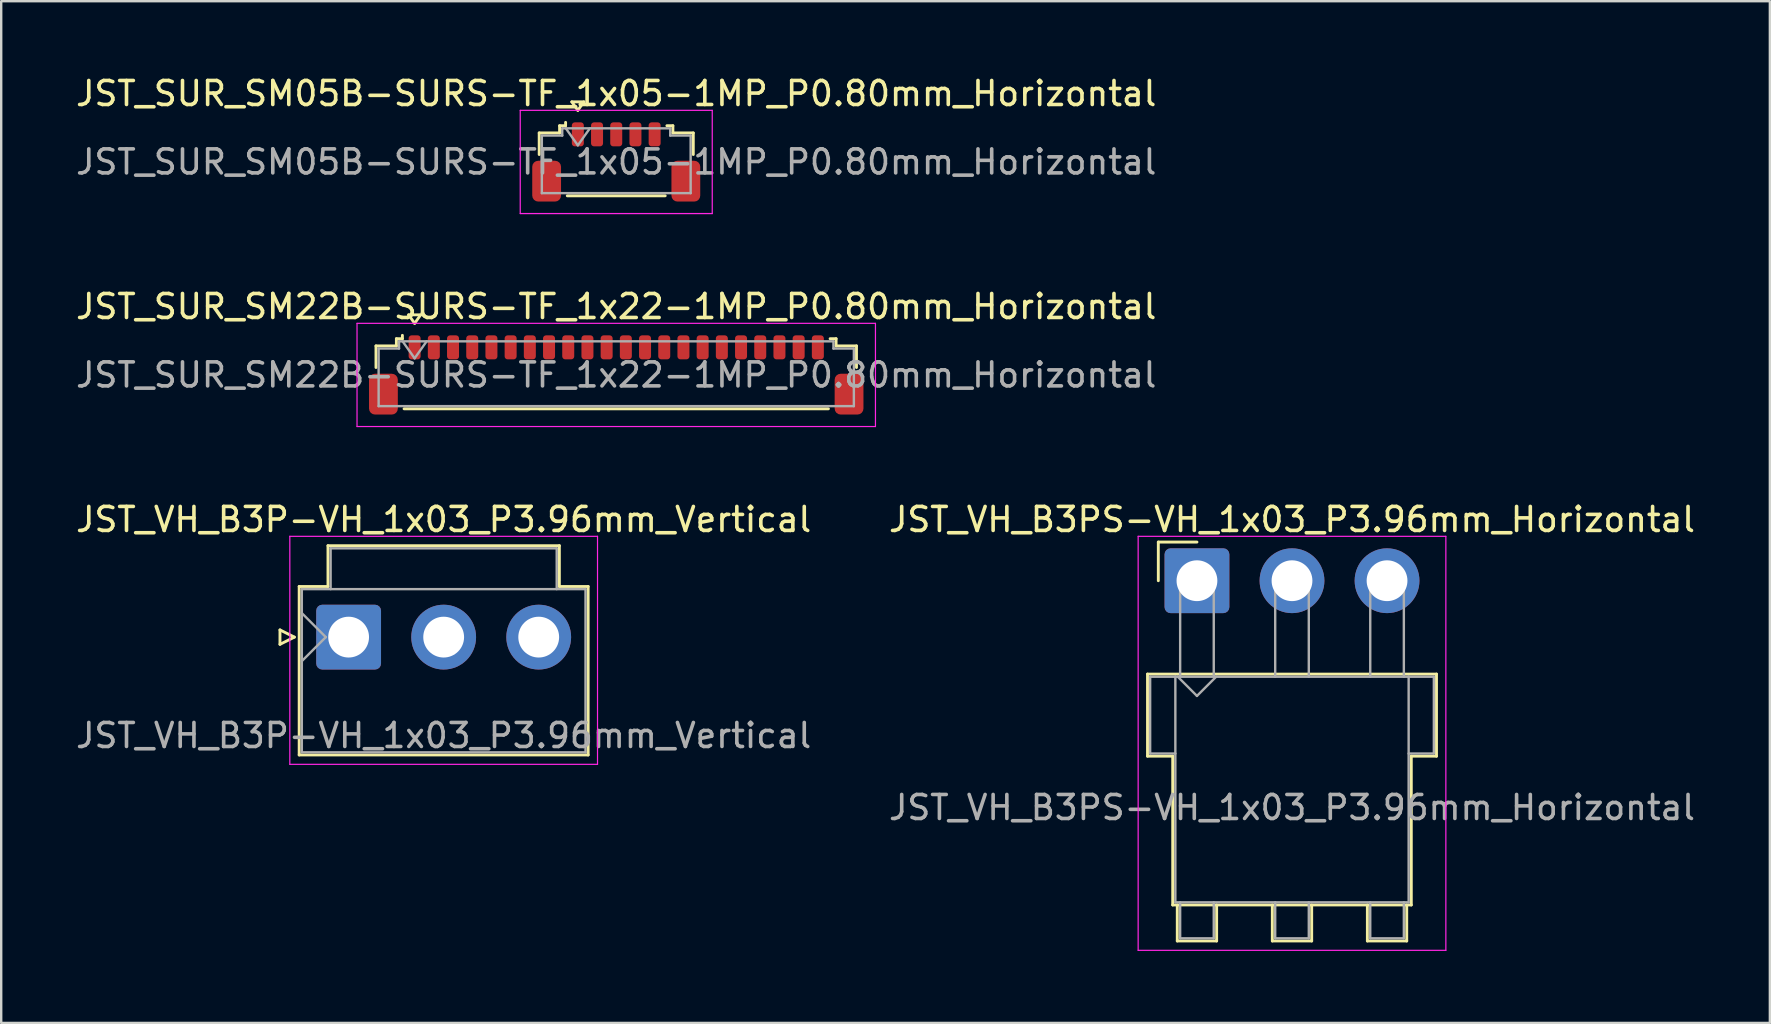
<source format=kicad_pcb>
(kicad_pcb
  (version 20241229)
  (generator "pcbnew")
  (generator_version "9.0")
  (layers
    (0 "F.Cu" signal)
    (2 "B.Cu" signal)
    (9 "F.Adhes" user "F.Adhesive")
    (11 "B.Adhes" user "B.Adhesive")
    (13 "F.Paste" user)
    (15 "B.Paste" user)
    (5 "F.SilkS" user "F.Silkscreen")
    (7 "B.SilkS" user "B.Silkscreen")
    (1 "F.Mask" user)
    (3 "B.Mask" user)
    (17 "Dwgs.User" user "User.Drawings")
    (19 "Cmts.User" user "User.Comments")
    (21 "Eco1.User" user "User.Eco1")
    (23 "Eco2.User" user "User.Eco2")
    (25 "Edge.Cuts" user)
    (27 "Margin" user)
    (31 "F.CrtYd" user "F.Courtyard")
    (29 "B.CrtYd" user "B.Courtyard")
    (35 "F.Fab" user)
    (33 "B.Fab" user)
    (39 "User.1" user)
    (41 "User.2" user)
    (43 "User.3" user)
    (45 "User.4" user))
  (footprint "JST_SUR_SM22B-SURS-TF_1x22-1MP_P0.80mm_Horizontal"
    (layer "F.Cu")
    (at 22.625 12.572)
    (property "Reference" "JST_SUR_SM22B-SURS-TF_1x22-1MP_P0.80mm_Horizontal" (at 0 -2.85 0) (layer "F.SilkS") (effects (font (size 1 1) (thickness 0.15))))
    (attr smd)
    (fp_line (start -10.01 -1.21) (end -9.16 -1.21) (stroke (width 0.12) (type solid)) (layer "F.SilkS"))
    (fp_line (start -10.01 -0.31) (end -10.01 -1.21) (stroke (width 0.12) (type solid)) (layer "F.SilkS"))
    (fp_line (start -9.16 -1.51) (end -8.91 -1.51) (stroke (width 0.12) (type solid)) (layer "F.SilkS"))
    (fp_line (start -9.16 -1.21) (end -9.16 -1.51) (stroke (width 0.12) (type solid)) (layer "F.SilkS"))
    (fp_line (start -8.91 -1.51) (end -8.91 -1.65) (stroke (width 0.12) (type solid)) (layer "F.SilkS"))
    (fp_line (start -8.84 1.41) (end 8.84 1.41) (stroke (width 0.12) (type solid)) (layer "F.SilkS"))
    (fp_line (start -8.65 -2.504) (end -8.4 -2.15) (stroke (width 0.12) (type solid)) (layer "F.SilkS"))
    (fp_line (start -8.4 -2.15) (end -8.15 -2.504) (stroke (width 0.12) (type solid)) (layer "F.SilkS"))
    (fp_line (start -8.15 -2.504) (end -8.65 -2.504) (stroke (width 0.12) (type solid)) (layer "F.SilkS"))
    (fp_line (start 9.16 -1.51) (end 8.91 -1.51) (stroke (width 0.12) (type solid)) (layer "F.SilkS"))
    (fp_line (start 9.16 -1.21) (end 9.16 -1.51) (stroke (width 0.12) (type solid)) (layer "F.SilkS"))
    (fp_line (start 10.01 -1.21) (end 9.16 -1.21) (stroke (width 0.12) (type solid)) (layer "F.SilkS"))
    (fp_line (start 10.01 -0.31) (end 10.01 -1.21) (stroke (width 0.12) (type solid)) (layer "F.SilkS"))
    (fp_line (start -10.8 -2.15) (end -10.8 2.15) (stroke (width 0.05) (type solid)) (layer "F.CrtYd"))
    (fp_line (start -10.8 2.15) (end 10.8 2.15) (stroke (width 0.05) (type solid)) (layer "F.CrtYd"))
    (fp_line (start 10.8 -2.15) (end -10.8 -2.15) (stroke (width 0.05) (type solid)) (layer "F.CrtYd"))
    (fp_line (start 10.8 2.15) (end 10.8 -2.15) (stroke (width 0.05) (type solid)) (layer "F.CrtYd"))
    (fp_line (start -9.9 -1.1) (end -9.9 1.3) (stroke (width 0.1) (type solid)) (layer "F.Fab"))
    (fp_line (start -9.9 -1.1) (end -9.05 -1.1) (stroke (width 0.1) (type solid)) (layer "F.Fab"))
    (fp_line (start -9.9 1.3) (end 9.9 1.3) (stroke (width 0.1) (type solid)) (layer "F.Fab"))
    (fp_line (start -9.05 -1.4) (end 9.05 -1.4) (stroke (width 0.1) (type solid)) (layer "F.Fab"))
    (fp_line (start -9.05 -1.1) (end -9.05 -1.4) (stroke (width 0.1) (type solid)) (layer "F.Fab"))
    (fp_line (start -8.9 -1.4) (end -8.4 -0.693) (stroke (width 0.1) (type solid)) (layer "F.Fab"))
    (fp_line (start -8.4 -0.693) (end -7.9 -1.4) (stroke (width 0.1) (type solid)) (layer "F.Fab"))
    (fp_line (start 9.05 -1.4) (end 9.05 -1.1) (stroke (width 0.1) (type solid)) (layer "F.Fab"))
    (fp_line (start 9.05 -1.1) (end 9.9 -1.1) (stroke (width 0.1) (type solid)) (layer "F.Fab"))
    (fp_line (start 9.9 -1.1) (end 9.9 1.3) (stroke (width 0.1) (type solid)) (layer "F.Fab"))
    (fp_text user "${REFERENCE}" (at 0 0 0) (layer "F.Fab") (effects (font (size 1 1) (thickness 0.15))))
    (pad "1" smd roundrect (at -8.4 -1.15) (size 0.5 1) (layers "F.Cu" "F.Mask" "F.Paste") (roundrect_rratio 0.25))
    (pad "2" smd roundrect (at -7.6 -1.15) (size 0.5 1) (layers "F.Cu" "F.Mask" "F.Paste") (roundrect_rratio 0.25))
    (pad "3" smd roundrect (at -6.8 -1.15) (size 0.5 1) (layers "F.Cu" "F.Mask" "F.Paste") (roundrect_rratio 0.25))
    (pad "4" smd roundrect (at -6 -1.15) (size 0.5 1) (layers "F.Cu" "F.Mask" "F.Paste") (roundrect_rratio 0.25))
    (pad "5" smd roundrect (at -5.2 -1.15) (size 0.5 1) (layers "F.Cu" "F.Mask" "F.Paste") (roundrect_rratio 0.25))
    (pad "6" smd roundrect (at -4.4 -1.15) (size 0.5 1) (layers "F.Cu" "F.Mask" "F.Paste") (roundrect_rratio 0.25))
    (pad "7" smd roundrect (at -3.6 -1.15) (size 0.5 1) (layers "F.Cu" "F.Mask" "F.Paste") (roundrect_rratio 0.25))
    (pad "8" smd roundrect (at -2.8 -1.15) (size 0.5 1) (layers "F.Cu" "F.Mask" "F.Paste") (roundrect_rratio 0.25))
    (pad "9" smd roundrect (at -2 -1.15) (size 0.5 1) (layers "F.Cu" "F.Mask" "F.Paste") (roundrect_rratio 0.25))
    (pad "10" smd roundrect (at -1.2 -1.15) (size 0.5 1) (layers "F.Cu" "F.Mask" "F.Paste") (roundrect_rratio 0.25))
    (pad "11" smd roundrect (at -0.4 -1.15) (size 0.5 1) (layers "F.Cu" "F.Mask" "F.Paste") (roundrect_rratio 0.25))
    (pad "12" smd roundrect (at 0.4 -1.15) (size 0.5 1) (layers "F.Cu" "F.Mask" "F.Paste") (roundrect_rratio 0.25))
    (pad "13" smd roundrect (at 1.2 -1.15) (size 0.5 1) (layers "F.Cu" "F.Mask" "F.Paste") (roundrect_rratio 0.25))
    (pad "14" smd roundrect (at 2 -1.15) (size 0.5 1) (layers "F.Cu" "F.Mask" "F.Paste") (roundrect_rratio 0.25))
    (pad "15" smd roundrect (at 2.8 -1.15) (size 0.5 1) (layers "F.Cu" "F.Mask" "F.Paste") (roundrect_rratio 0.25))
    (pad "16" smd roundrect (at 3.6 -1.15) (size 0.5 1) (layers "F.Cu" "F.Mask" "F.Paste") (roundrect_rratio 0.25))
    (pad "17" smd roundrect (at 4.4 -1.15) (size 0.5 1) (layers "F.Cu" "F.Mask" "F.Paste") (roundrect_rratio 0.25))
    (pad "18" smd roundrect (at 5.2 -1.15) (size 0.5 1) (layers "F.Cu" "F.Mask" "F.Paste") (roundrect_rratio 0.25))
    (pad "19" smd roundrect (at 6 -1.15) (size 0.5 1) (layers "F.Cu" "F.Mask" "F.Paste") (roundrect_rratio 0.25))
    (pad "20" smd roundrect (at 6.8 -1.15) (size 0.5 1) (layers "F.Cu" "F.Mask" "F.Paste") (roundrect_rratio 0.25))
    (pad "21" smd roundrect (at 7.6 -1.15) (size 0.5 1) (layers "F.Cu" "F.Mask" "F.Paste") (roundrect_rratio 0.25))
    (pad "22" smd roundrect (at 8.4 -1.15) (size 0.5 1) (layers "F.Cu" "F.Mask" "F.Paste") (roundrect_rratio 0.25))
    (pad "MP" smd roundrect (at -9.7 0.8) (size 1.2 1.7) (layers "F.Cu" "F.Mask" "F.Paste") (roundrect_rratio 0.208))
    (pad "MP" smd roundrect (at 9.7 0.8) (size 1.2 1.7) (layers "F.Cu" "F.Mask" "F.Paste") (roundrect_rratio 0.208)))
  (footprint "JST_SUR_SM05B-SURS-TF_1x05-1MP_P0.80mm_Horizontal"
    (layer "F.Cu")
    (at 22.625 3.698)
    (property "Reference" "JST_SUR_SM05B-SURS-TF_1x05-1MP_P0.80mm_Horizontal" (at 0 -2.85 0) (layer "F.SilkS") (effects (font (size 1 1) (thickness 0.15))))
    (attr smd)
    (fp_line (start -3.21 -1.21) (end -2.36 -1.21) (stroke (width 0.12) (type solid)) (layer "F.SilkS"))
    (fp_line (start -3.21 -0.31) (end -3.21 -1.21) (stroke (width 0.12) (type solid)) (layer "F.SilkS"))
    (fp_line (start -2.36 -1.51) (end -2.11 -1.51) (stroke (width 0.12) (type solid)) (layer "F.SilkS"))
    (fp_line (start -2.36 -1.21) (end -2.36 -1.51) (stroke (width 0.12) (type solid)) (layer "F.SilkS"))
    (fp_line (start -2.11 -1.51) (end -2.11 -1.65) (stroke (width 0.12) (type solid)) (layer "F.SilkS"))
    (fp_line (start -2.04 1.41) (end 2.04 1.41) (stroke (width 0.12) (type solid)) (layer "F.SilkS"))
    (fp_line (start -1.85 -2.504) (end -1.6 -2.15) (stroke (width 0.12) (type solid)) (layer "F.SilkS"))
    (fp_line (start -1.6 -2.15) (end -1.35 -2.504) (stroke (width 0.12) (type solid)) (layer "F.SilkS"))
    (fp_line (start -1.35 -2.504) (end -1.85 -2.504) (stroke (width 0.12) (type solid)) (layer "F.SilkS"))
    (fp_line (start 2.36 -1.51) (end 2.11 -1.51) (stroke (width 0.12) (type solid)) (layer "F.SilkS"))
    (fp_line (start 2.36 -1.21) (end 2.36 -1.51) (stroke (width 0.12) (type solid)) (layer "F.SilkS"))
    (fp_line (start 3.21 -1.21) (end 2.36 -1.21) (stroke (width 0.12) (type solid)) (layer "F.SilkS"))
    (fp_line (start 3.21 -0.31) (end 3.21 -1.21) (stroke (width 0.12) (type solid)) (layer "F.SilkS"))
    (fp_line (start -4 -2.15) (end -4 2.15) (stroke (width 0.05) (type solid)) (layer "F.CrtYd"))
    (fp_line (start -4 2.15) (end 4 2.15) (stroke (width 0.05) (type solid)) (layer "F.CrtYd"))
    (fp_line (start 4 -2.15) (end -4 -2.15) (stroke (width 0.05) (type solid)) (layer "F.CrtYd"))
    (fp_line (start 4 2.15) (end 4 -2.15) (stroke (width 0.05) (type solid)) (layer "F.CrtYd"))
    (fp_line (start -3.1 -1.1) (end -3.1 1.3) (stroke (width 0.1) (type solid)) (layer "F.Fab"))
    (fp_line (start -3.1 -1.1) (end -2.25 -1.1) (stroke (width 0.1) (type solid)) (layer "F.Fab"))
    (fp_line (start -3.1 1.3) (end 3.1 1.3) (stroke (width 0.1) (type solid)) (layer "F.Fab"))
    (fp_line (start -2.25 -1.4) (end 2.25 -1.4) (stroke (width 0.1) (type solid)) (layer "F.Fab"))
    (fp_line (start -2.25 -1.1) (end -2.25 -1.4) (stroke (width 0.1) (type solid)) (layer "F.Fab"))
    (fp_line (start -2.1 -1.4) (end -1.6 -0.693) (stroke (width 0.1) (type solid)) (layer "F.Fab"))
    (fp_line (start -1.6 -0.693) (end -1.1 -1.4) (stroke (width 0.1) (type solid)) (layer "F.Fab"))
    (fp_line (start 2.25 -1.4) (end 2.25 -1.1) (stroke (width 0.1) (type solid)) (layer "F.Fab"))
    (fp_line (start 2.25 -1.1) (end 3.1 -1.1) (stroke (width 0.1) (type solid)) (layer "F.Fab"))
    (fp_line (start 3.1 -1.1) (end 3.1 1.3) (stroke (width 0.1) (type solid)) (layer "F.Fab"))
    (fp_text user "${REFERENCE}" (at 0 0 0) (layer "F.Fab") (effects (font (size 1 1) (thickness 0.15))))
    (pad "1" smd roundrect (at -1.6 -1.15) (size 0.5 1) (layers "F.Cu" "F.Mask" "F.Paste") (roundrect_rratio 0.25))
    (pad "2" smd roundrect (at -0.8 -1.15) (size 0.5 1) (layers "F.Cu" "F.Mask" "F.Paste") (roundrect_rratio 0.25))
    (pad "3" smd roundrect (at 0 -1.15) (size 0.5 1) (layers "F.Cu" "F.Mask" "F.Paste") (roundrect_rratio 0.25))
    (pad "4" smd roundrect (at 0.8 -1.15) (size 0.5 1) (layers "F.Cu" "F.Mask" "F.Paste") (roundrect_rratio 0.25))
    (pad "5" smd roundrect (at 1.6 -1.15) (size 0.5 1) (layers "F.Cu" "F.Mask" "F.Paste") (roundrect_rratio 0.25))
    (pad "MP" smd roundrect (at -2.9 0.8) (size 1.2 1.7) (layers "F.Cu" "F.Mask" "F.Paste") (roundrect_rratio 0.208))
    (pad "MP" smd roundrect (at 2.9 0.8) (size 1.2 1.7) (layers "F.Cu" "F.Mask" "F.Paste") (roundrect_rratio 0.208)))
  (footprint "JST_VH_B3P-VH_1x03_P3.96mm_Vertical"
    (layer "F.Cu")
    (at 11.475 23.495)
    (property "Reference" "JST_VH_B3P-VH_1x03_P3.96mm_Vertical" (at 3.96 -4.9 0) (layer "F.SilkS") (effects (font (size 1 1) (thickness 0.15))))
    (attr through_hole)
    (fp_line (start -2.86 -0.3) (end -2.26 0) (stroke (width 0.12) (type solid)) (layer "F.SilkS"))
    (fp_line (start -2.86 0.3) (end -2.86 -0.3) (stroke (width 0.12) (type solid)) (layer "F.SilkS"))
    (fp_line (start -2.26 0) (end -2.86 0.3) (stroke (width 0.12) (type solid)) (layer "F.SilkS"))
    (fp_line (start -2.06 -2.11) (end -0.86 -2.11) (stroke (width 0.12) (type solid)) (layer "F.SilkS"))
    (fp_line (start -2.06 4.91) (end -2.06 -2.11) (stroke (width 0.12) (type solid)) (layer "F.SilkS"))
    (fp_line (start -0.86 -3.81) (end 8.78 -3.81) (stroke (width 0.12) (type solid)) (layer "F.SilkS"))
    (fp_line (start -0.86 -2.11) (end -0.86 -3.81) (stroke (width 0.12) (type solid)) (layer "F.SilkS"))
    (fp_line (start 8.78 -3.81) (end 8.78 -2.11) (stroke (width 0.12) (type solid)) (layer "F.SilkS"))
    (fp_line (start 8.78 -2.11) (end 9.98 -2.11) (stroke (width 0.12) (type solid)) (layer "F.SilkS"))
    (fp_line (start 9.98 -2.11) (end 9.98 4.91) (stroke (width 0.12) (type solid)) (layer "F.SilkS"))
    (fp_line (start 9.98 4.91) (end -2.06 4.91) (stroke (width 0.12) (type solid)) (layer "F.SilkS"))
    (fp_line (start -2.45 -4.2) (end -2.45 5.3) (stroke (width 0.05) (type solid)) (layer "F.CrtYd"))
    (fp_line (start -2.45 5.3) (end 10.37 5.3) (stroke (width 0.05) (type solid)) (layer "F.CrtYd"))
    (fp_line (start 10.37 -4.2) (end -2.45 -4.2) (stroke (width 0.05) (type solid)) (layer "F.CrtYd"))
    (fp_line (start 10.37 5.3) (end 10.37 -4.2) (stroke (width 0.05) (type solid)) (layer "F.CrtYd"))
    (fp_line (start -1.95 -2) (end -1.95 4.8) (stroke (width 0.1) (type solid)) (layer "F.Fab"))
    (fp_line (start -1.95 -1) (end -0.95 0) (stroke (width 0.1) (type solid)) (layer "F.Fab"))
    (fp_line (start -1.95 1) (end -0.95 0) (stroke (width 0.1) (type solid)) (layer "F.Fab"))
    (fp_line (start -1.95 4.8) (end 9.87 4.8) (stroke (width 0.1) (type solid)) (layer "F.Fab"))
    (fp_line (start -0.75 -3.7) (end 8.67 -3.7) (stroke (width 0.1) (type solid)) (layer "F.Fab"))
    (fp_line (start -0.75 -2) (end -0.75 -3.7) (stroke (width 0.1) (type solid)) (layer "F.Fab"))
    (fp_line (start 8.67 -3.7) (end 8.67 -2) (stroke (width 0.1) (type solid)) (layer "F.Fab"))
    (fp_line (start 9.87 -2) (end -1.95 -2) (stroke (width 0.1) (type solid)) (layer "F.Fab"))
    (fp_line (start 9.87 4.8) (end 9.87 -2) (stroke (width 0.1) (type solid)) (layer "F.Fab"))
    (fp_text user "${REFERENCE}" (at 3.96 4.1 0) (layer "F.Fab") (effects (font (size 1 1) (thickness 0.15))))
    (pad "1" thru_hole roundrect (at 0 0) (size 2.7 2.7) (drill 1.7) (layers "*.Cu" "*.Mask") (roundrect_rratio 0.093))
    (pad "2" thru_hole circle (at 3.96 0) (size 2.7 2.7) (drill 1.7) (layers "*.Cu" "*.Mask"))
    (pad "3" thru_hole circle (at 7.92 0) (size 2.7 2.7) (drill 1.7) (layers "*.Cu" "*.Mask")))
  (footprint "JST_VH_B3PS-VH_1x03_P3.96mm_Horizontal"
    (layer "F.Cu")
    (at 46.82 21.145)
    (property "Reference" "JST_VH_B3PS-VH_1x03_P3.96mm_Horizontal" (at 3.96 -2.55 0) (layer "F.SilkS") (effects (font (size 1 1) (thickness 0.15))))
    (attr through_hole)
    (fp_line (start -2.06 3.89) (end 9.98 3.89) (stroke (width 0.12) (type solid)) (layer "F.SilkS"))
    (fp_line (start -2.06 7.31) (end -2.06 3.89) (stroke (width 0.12) (type solid)) (layer "F.SilkS"))
    (fp_line (start -1.61 -1.61) (end -1.61 0) (stroke (width 0.12) (type solid)) (layer "F.SilkS"))
    (fp_line (start -1.01 7.31) (end -2.06 7.31) (stroke (width 0.12) (type solid)) (layer "F.SilkS"))
    (fp_line (start -1.01 13.51) (end -1.01 7.31) (stroke (width 0.12) (type solid)) (layer "F.SilkS"))
    (fp_line (start -0.82 13.51) (end -0.82 15.01) (stroke (width 0.12) (type solid)) (layer "F.SilkS"))
    (fp_line (start -0.82 15.01) (end 0.82 15.01) (stroke (width 0.12) (type solid)) (layer "F.SilkS"))
    (fp_line (start 0 -1.61) (end -1.61 -1.61) (stroke (width 0.12) (type solid)) (layer "F.SilkS"))
    (fp_line (start 0.82 15.01) (end 0.82 13.51) (stroke (width 0.12) (type solid)) (layer "F.SilkS"))
    (fp_line (start 3.14 13.51) (end 3.14 15.01) (stroke (width 0.12) (type solid)) (layer "F.SilkS"))
    (fp_line (start 3.14 15.01) (end 4.78 15.01) (stroke (width 0.12) (type solid)) (layer "F.SilkS"))
    (fp_line (start 4.78 15.01) (end 4.78 13.51) (stroke (width 0.12) (type solid)) (layer "F.SilkS"))
    (fp_line (start 7.1 13.51) (end 7.1 15.01) (stroke (width 0.12) (type solid)) (layer "F.SilkS"))
    (fp_line (start 7.1 15.01) (end 8.74 15.01) (stroke (width 0.12) (type solid)) (layer "F.SilkS"))
    (fp_line (start 8.74 15.01) (end 8.74 13.51) (stroke (width 0.12) (type solid)) (layer "F.SilkS"))
    (fp_line (start 8.93 7.31) (end 8.93 13.51) (stroke (width 0.12) (type solid)) (layer "F.SilkS"))
    (fp_line (start 8.93 13.51) (end -1.01 13.51) (stroke (width 0.12) (type solid)) (layer "F.SilkS"))
    (fp_line (start 9.98 3.89) (end 9.98 7.31) (stroke (width 0.12) (type solid)) (layer "F.SilkS"))
    (fp_line (start 9.98 7.31) (end 8.93 7.31) (stroke (width 0.12) (type solid)) (layer "F.SilkS"))
    (fp_line (start -2.45 -1.85) (end -2.45 15.4) (stroke (width 0.05) (type solid)) (layer "F.CrtYd"))
    (fp_line (start -2.45 15.4) (end 10.37 15.4) (stroke (width 0.05) (type solid)) (layer "F.CrtYd"))
    (fp_line (start 10.37 -1.85) (end -2.45 -1.85) (stroke (width 0.05) (type solid)) (layer "F.CrtYd"))
    (fp_line (start 10.37 15.4) (end 10.37 -1.85) (stroke (width 0.05) (type solid)) (layer "F.CrtYd"))
    (fp_line (start -1.95 4) (end -0.9 4) (stroke (width 0.1) (type solid)) (layer "F.Fab"))
    (fp_line (start -1.95 7.2) (end -1.95 4) (stroke (width 0.1) (type solid)) (layer "F.Fab"))
    (fp_line (start -0.9 4) (end -0.9 13.4) (stroke (width 0.1) (type solid)) (layer "F.Fab"))
    (fp_line (start -0.9 7.2) (end -1.95 7.2) (stroke (width 0.1) (type solid)) (layer "F.Fab"))
    (fp_line (start -0.9 13.4) (end 8.82 13.4) (stroke (width 0.1) (type solid)) (layer "F.Fab"))
    (fp_line (start -0.8 4) (end 0 4.8) (stroke (width 0.1) (type solid)) (layer "F.Fab"))
    (fp_line (start -0.7 0) (end 0.7 0) (stroke (width 0.1) (type solid)) (layer "F.Fab"))
    (fp_line (start -0.7 4) (end -0.7 0) (stroke (width 0.1) (type solid)) (layer "F.Fab"))
    (fp_line (start -0.7 13.4) (end -0.7 14.9) (stroke (width 0.1) (type solid)) (layer "F.Fab"))
    (fp_line (start -0.7 14.9) (end 0.7 14.9) (stroke (width 0.1) (type solid)) (layer "F.Fab"))
    (fp_line (start 0 4.8) (end 0.8 4) (stroke (width 0.1) (type solid)) (layer "F.Fab"))
    (fp_line (start 0.7 0) (end 0.7 4) (stroke (width 0.1) (type solid)) (layer "F.Fab"))
    (fp_line (start 0.7 14.9) (end 0.7 13.4) (stroke (width 0.1) (type solid)) (layer "F.Fab"))
    (fp_line (start 3.26 0) (end 4.66 0) (stroke (width 0.1) (type solid)) (layer "F.Fab"))
    (fp_line (start 3.26 4) (end 3.26 0) (stroke (width 0.1) (type solid)) (layer "F.Fab"))
    (fp_line (start 3.26 13.4) (end 3.26 14.9) (stroke (width 0.1) (type solid)) (layer "F.Fab"))
    (fp_line (start 3.26 14.9) (end 4.66 14.9) (stroke (width 0.1) (type solid)) (layer "F.Fab"))
    (fp_line (start 4.66 0) (end 4.66 4) (stroke (width 0.1) (type solid)) (layer "F.Fab"))
    (fp_line (start 4.66 14.9) (end 4.66 13.4) (stroke (width 0.1) (type solid)) (layer "F.Fab"))
    (fp_line (start 7.22 0) (end 8.62 0) (stroke (width 0.1) (type solid)) (layer "F.Fab"))
    (fp_line (start 7.22 4) (end 7.22 0) (stroke (width 0.1) (type solid)) (layer "F.Fab"))
    (fp_line (start 7.22 13.4) (end 7.22 14.9) (stroke (width 0.1) (type solid)) (layer "F.Fab"))
    (fp_line (start 7.22 14.9) (end 8.62 14.9) (stroke (width 0.1) (type solid)) (layer "F.Fab"))
    (fp_line (start 8.62 0) (end 8.62 4) (stroke (width 0.1) (type solid)) (layer "F.Fab"))
    (fp_line (start 8.62 14.9) (end 8.62 13.4) (stroke (width 0.1) (type solid)) (layer "F.Fab"))
    (fp_line (start 8.82 4) (end -0.9 4) (stroke (width 0.1) (type solid)) (layer "F.Fab"))
    (fp_line (start 8.82 4) (end 9.87 4) (stroke (width 0.1) (type solid)) (layer "F.Fab"))
    (fp_line (start 8.82 13.4) (end 8.82 4) (stroke (width 0.1) (type solid)) (layer "F.Fab"))
    (fp_line (start 9.87 4) (end 9.87 7.2) (stroke (width 0.1) (type solid)) (layer "F.Fab"))
    (fp_line (start 9.87 7.2) (end 8.82 7.2) (stroke (width 0.1) (type solid)) (layer "F.Fab"))
    (fp_text user "${REFERENCE}" (at 3.96 9.45 0) (layer "F.Fab") (effects (font (size 1 1) (thickness 0.15))))
    (pad "1" thru_hole roundrect (at 0 0) (size 2.7 2.7) (drill 1.7) (layers "*.Cu" "*.Mask") (roundrect_rratio 0.093))
    (pad "2" thru_hole circle (at 3.96 0) (size 2.7 2.7) (drill 1.7) (layers "*.Cu" "*.Mask"))
    (pad "3" thru_hole circle (at 7.92 0) (size 2.7 2.7) (drill 1.7) (layers "*.Cu" "*.Mask")))
  (gr_rect
    (start -3 -3)
    (end 70.69 39.57)
    (stroke (width 0.1) (type default))
    (fill no)
    (layer "Edge.Cuts")))
</source>
